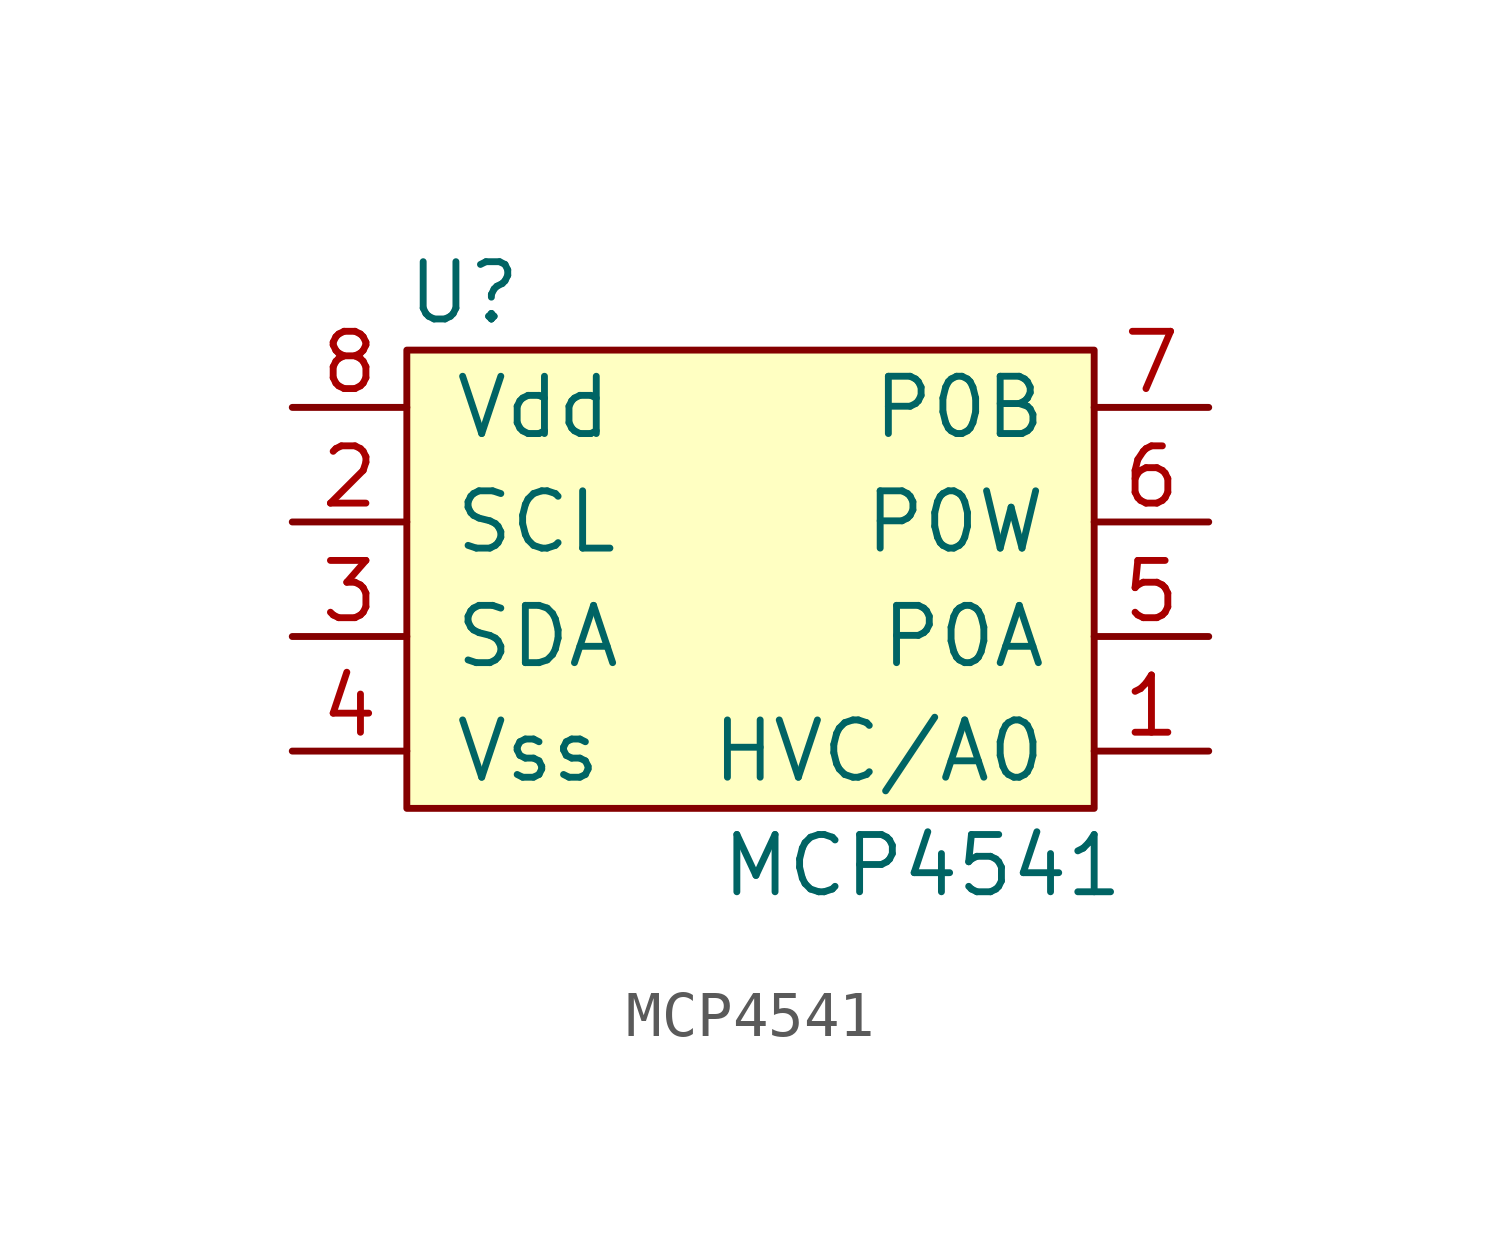
<source format=kicad_sym>
(kicad_symbol_lib
  (version 20220914)
  (generator kicad_symbol_editor)
  (symbol "MCP4541"
    (pin_names
      (offset 1.016))
    (property "Reference" "U"
      (at -6.35 6.35 0)
      (effects (font (size 1.27 1.27))))
    (property "Value" "MCP4541"
      (at 3.81 -6.35 0)
      (effects (font (size 1.27 1.27))))
    (symbol "MCP4541_0_1"
      (rectangle (start -7.62 -5.08) (end 7.62 5.08) (stroke (width 0) (type default)) (fill (type background))))
    (symbol "MCP4541_1_1"
      (pin input line (at 10.16 -3.81 180) (length 2.54) (name "HVC/A0" (effects (font (size 1.27 1.27)))) (number "1" (effects (font (size 1.27 1.27)))))
      (pin input line (at -10.16 1.27 0) (length 2.54) (name "SCL" (effects (font (size 1.27 1.27)))) (number "2" (effects (font (size 1.27 1.27)))))
      (pin input line (at -10.16 -1.27 0) (length 2.54) (name "SDA" (effects (font (size 1.27 1.27)))) (number "3" (effects (font (size 1.27 1.27)))))
      (pin input line (at -10.16 -3.81 0) (length 2.54) (name "Vss" (effects (font (size 1.27 1.27)))) (number "4" (effects (font (size 1.27 1.27)))))
      (pin input line (at 10.16 -1.27 180) (length 2.54) (name "P0A" (effects (font (size 1.27 1.27)))) (number "5" (effects (font (size 1.27 1.27)))))
      (pin input line (at 10.16 1.27 180) (length 2.54) (name "P0W" (effects (font (size 1.27 1.27)))) (number "6" (effects (font (size 1.27 1.27)))))
      (pin input line (at 10.16 3.81 180) (length 2.54) (name "P0B" (effects (font (size 1.27 1.27)))) (number "7" (effects (font (size 1.27 1.27)))))
      (pin input line (at -10.16 3.81 0) (length 2.54) (name "Vdd" (effects (font (size 1.27 1.27)))) (number "8" (effects (font (size 1.27 1.27))))))))
</source>
